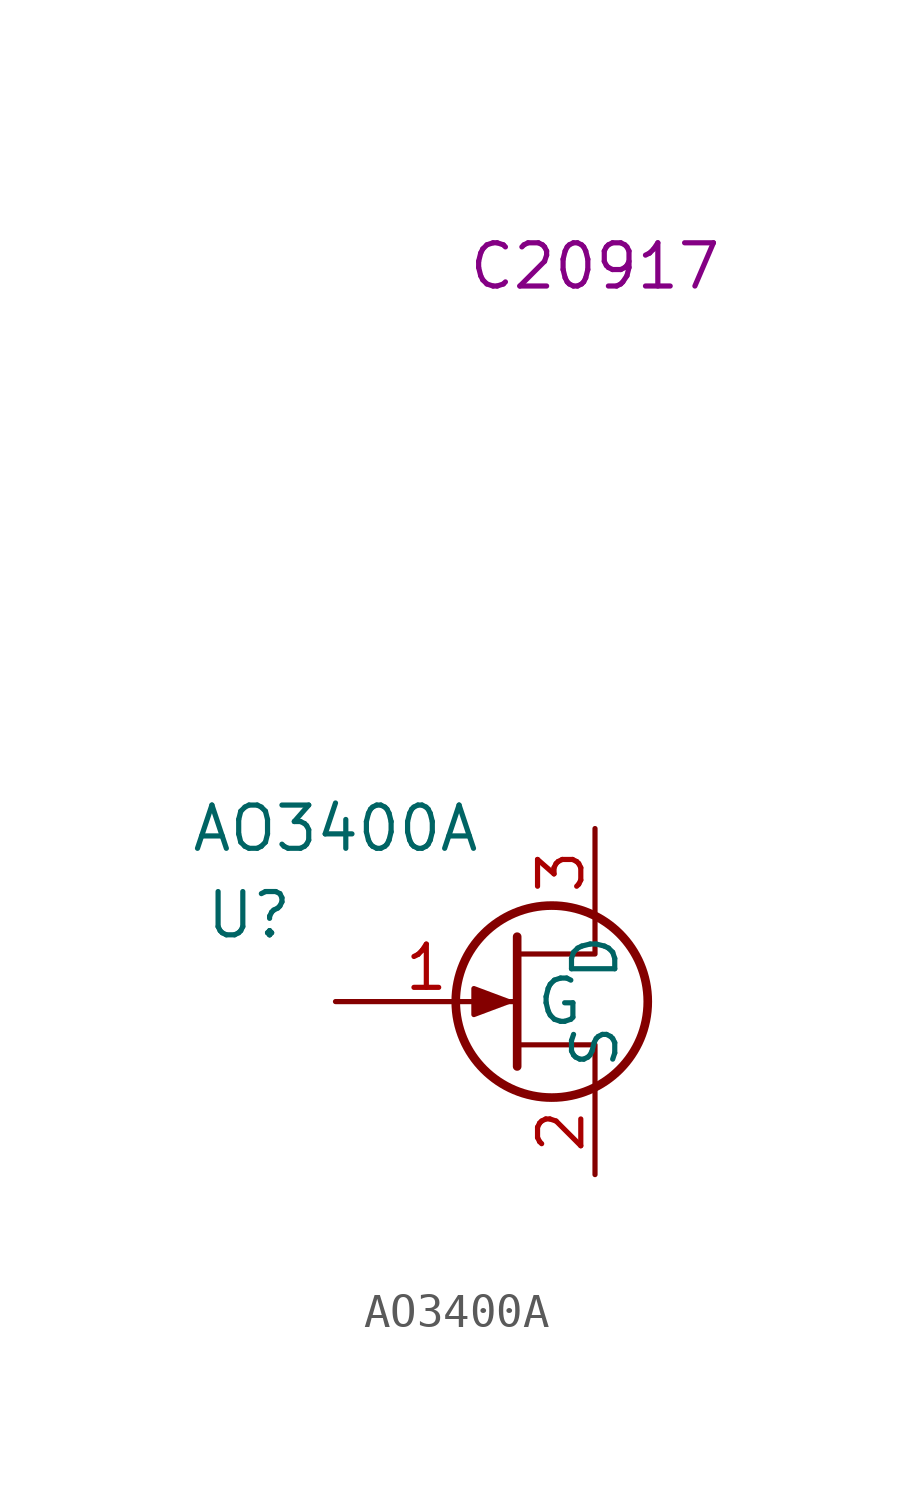
<source format=kicad_sym>
(kicad_symbol_lib
  (version 20211014)
  (generator kicad_symbol_editor)
  (symbol "AO3400A"
    (property "Reference" "U"
      (at -8.89 2.54 0)
      (effects (font (size 1.27 1.27))))
    (property "Value" "AO3400A"
      (at -6.35 5.08 0)
      (effects (font (size 1.27 1.27))))
    (property "LCSC" "C20917"
      (at 1.27 21.59 0)
      (effects (font (size 1.27 1.27))))
    (symbol "AO3400A_0_1"
      (polyline (pts (xy -1.016 1.905) (xy -1.016 -1.905) (xy -1.016 -1.905)) (stroke (width 0.254) (type default) (color 0 0 0 0)) (fill (type none)))
      (polyline (pts (xy 1.27 -2.54) (xy 1.27 -1.27) (xy -1.016 -1.27)) (stroke (width 0) (type default) (color 0 0 0 0)) (fill (type none)))
      (polyline (pts (xy 1.27 2.54) (xy 1.27 1.397) (xy -1.016 1.397)) (stroke (width 0) (type default) (color 0 0 0 0)) (fill (type none)))
      (polyline (pts (xy -1.27 0) (xy -2.286 0.381) (xy -2.286 -0.381) (xy -1.27 0)) (stroke (width 0) (type default) (color 0 0 0 0)) (fill (type outline)))
      (circle (center 0 0) (radius 2.819) (stroke (width 0.254) (type default) (color 0 0 0 0)) (fill (type none))))
    (symbol "AO3400A_1_1"
      (pin input line (at -6.35 0 0) (length 5.334) (name "G" (effects (font (size 1.27 1.27)))) (number "1" (effects (font (size 1.27 1.27)))))
      (pin passive line (at 1.27 -5.08 90) (length 2.54) (name "S" (effects (font (size 1.27 1.27)))) (number "2" (effects (font (size 1.27 1.27)))))
      (pin passive line (at 1.27 5.08 270) (length 2.54) (name "D" (effects (font (size 1.27 1.27)))) (number "3" (effects (font (size 1.27 1.27))))))))
</source>
